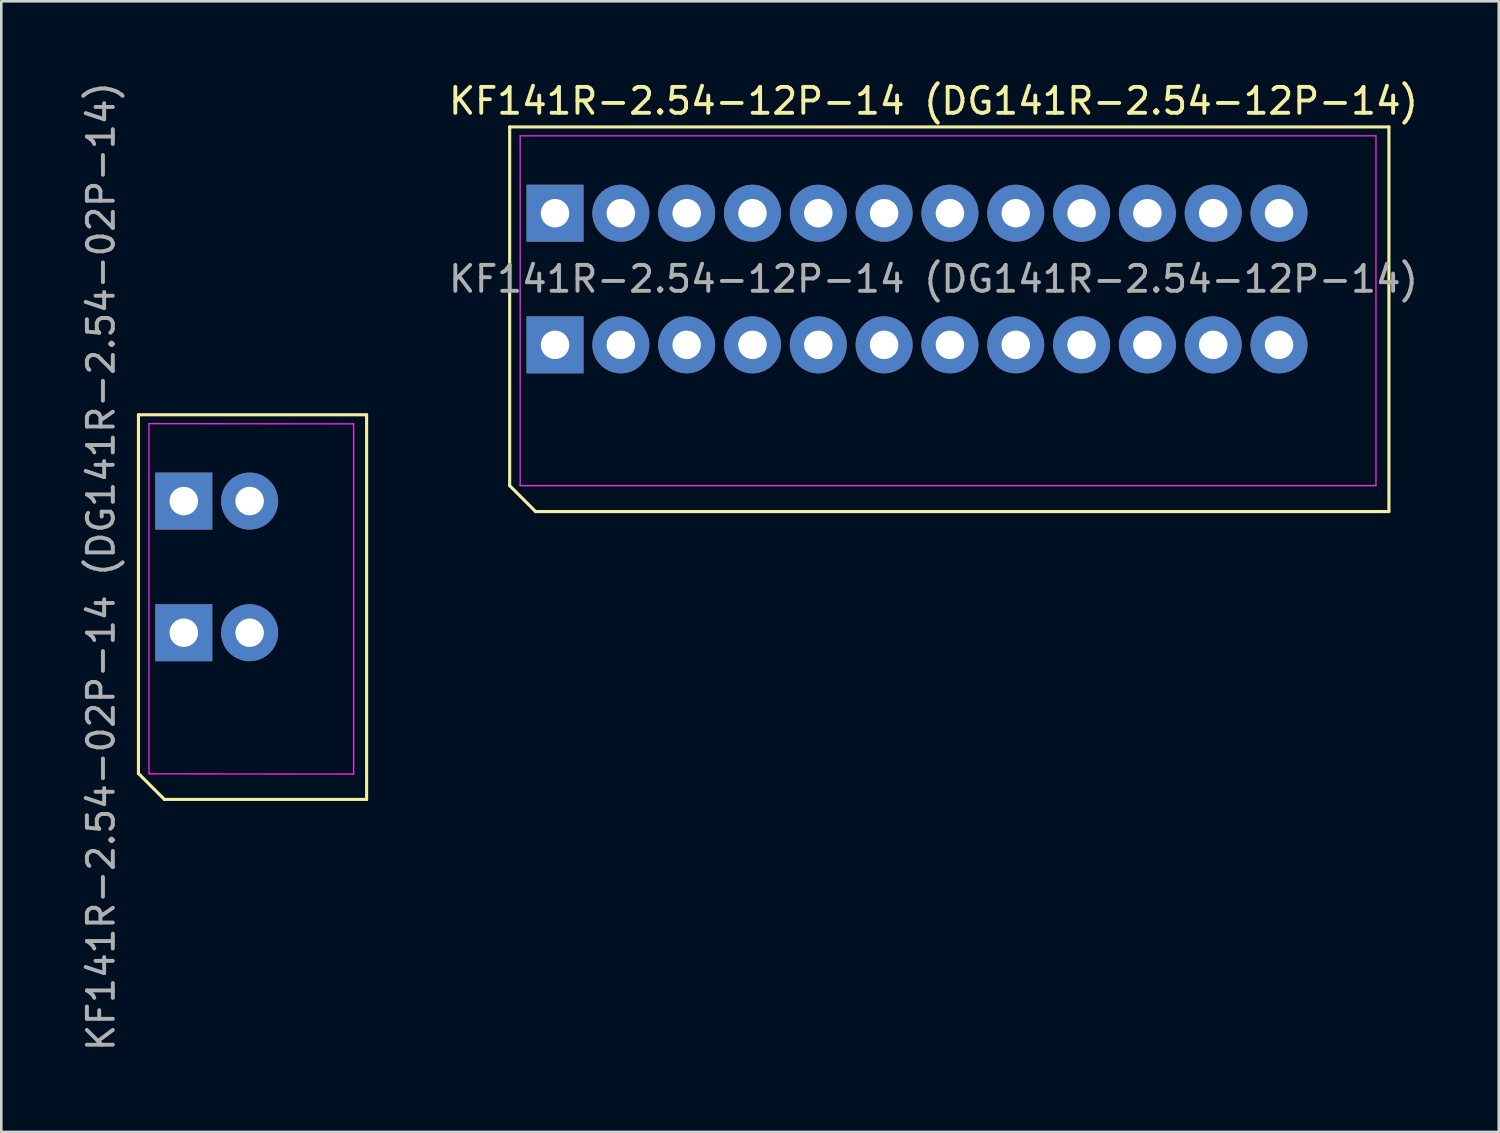
<source format=kicad_pcb>
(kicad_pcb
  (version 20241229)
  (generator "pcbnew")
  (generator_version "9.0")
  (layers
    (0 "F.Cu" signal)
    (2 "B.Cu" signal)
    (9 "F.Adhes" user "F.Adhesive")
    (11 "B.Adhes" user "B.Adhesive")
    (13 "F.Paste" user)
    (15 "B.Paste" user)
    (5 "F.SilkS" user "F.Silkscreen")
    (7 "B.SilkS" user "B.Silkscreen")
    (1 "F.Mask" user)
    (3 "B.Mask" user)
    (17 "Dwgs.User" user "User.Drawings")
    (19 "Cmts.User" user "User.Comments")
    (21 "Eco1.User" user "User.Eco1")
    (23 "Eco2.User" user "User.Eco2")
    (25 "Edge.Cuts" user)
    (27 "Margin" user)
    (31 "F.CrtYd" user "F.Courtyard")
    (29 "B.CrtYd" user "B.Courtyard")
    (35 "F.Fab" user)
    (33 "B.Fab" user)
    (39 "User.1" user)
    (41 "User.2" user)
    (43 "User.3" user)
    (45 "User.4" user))
  (footprint "KF141R-2.54-12P-14 (DG141R-2.54-12P-14)"
    (layer "F.Cu")
    (at 17.05 7.692)
    (property "Reference" "KF141R-2.54-12P-14 (DG141R-2.54-12P-14)" (at 15.924 -6.844 0) (layer "F.SilkS") (effects (font (size 1 1) (thickness 0.15))))
    (attr through_hole)
    (fp_line (start -0.431 -5.844) (end 33.5 -5.844) (stroke (width 0.12) (type default)) (layer "F.SilkS"))
    (fp_line (start -0.431 8) (end -0.431 -5.844) (stroke (width 0.12) (type default)) (layer "F.SilkS"))
    (fp_line (start 0.569 9) (end -0.431 8) (stroke (width 0.12) (type default)) (layer "F.SilkS"))
    (fp_line (start 33.5 -5.844) (end 33.5 9) (stroke (width 0.12) (type default)) (layer "F.SilkS"))
    (fp_line (start 33.5 9) (end 0.569 9) (stroke (width 0.12) (type default)) (layer "F.SilkS"))
    (fp_line (start -0.026 -5.5) (end 33 -5.5) (stroke (width 0.05) (type default)) (layer "F.CrtYd"))
    (fp_line (start -0.026 8) (end -0.026 -5.5) (stroke (width 0.05) (type default)) (layer "F.CrtYd"))
    (fp_line (start 33 -5.5) (end 33 8) (stroke (width 0.05) (type default)) (layer "F.CrtYd"))
    (fp_line (start 33 8) (end -0.026 8) (stroke (width 0.05) (type default)) (layer "F.CrtYd"))
    (fp_text user "${REFERENCE}" (at 15.924 0.026 0) (layer "F.Fab") (effects (font (size 1 1) (thickness 0.15))))
    (pad "1" thru_hole rect (at 1.319 -2.514) (size 2.2 2.2) (drill 1.1) (layers "*.Cu" "*.Mask"))
    (pad "1" thru_hole rect (at 1.319 2.566) (size 2.2 2.2) (drill 1.1) (layers "*.Cu" "*.Mask"))
    (pad "2" thru_hole circle (at 3.859 -2.514) (size 2.2 2.2) (drill 1.1) (layers "*.Cu" "*.Mask"))
    (pad "2" thru_hole circle (at 3.859 2.566) (size 2.2 2.2) (drill 1.1) (layers "*.Cu" "*.Mask"))
    (pad "3" thru_hole circle (at 6.399 -2.514) (size 2.2 2.2) (drill 1.1) (layers "*.Cu" "*.Mask"))
    (pad "3" thru_hole circle (at 6.399 2.566) (size 2.2 2.2) (drill 1.1) (layers "*.Cu" "*.Mask"))
    (pad "4" thru_hole circle (at 8.939 -2.514) (size 2.2 2.2) (drill 1.1) (layers "*.Cu" "*.Mask"))
    (pad "4" thru_hole circle (at 8.939 2.566) (size 2.2 2.2) (drill 1.1) (layers "*.Cu" "*.Mask"))
    (pad "5" thru_hole circle (at 11.479 -2.514) (size 2.2 2.2) (drill 1.1) (layers "*.Cu" "*.Mask"))
    (pad "5" thru_hole circle (at 11.479 2.566) (size 2.2 2.2) (drill 1.1) (layers "*.Cu" "*.Mask"))
    (pad "6" thru_hole circle (at 14.019 -2.514) (size 2.2 2.2) (drill 1.1) (layers "*.Cu" "*.Mask"))
    (pad "6" thru_hole circle (at 14.019 2.566) (size 2.2 2.2) (drill 1.1) (layers "*.Cu" "*.Mask"))
    (pad "7" thru_hole circle (at 16.559 -2.514) (size 2.2 2.2) (drill 1.1) (layers "*.Cu" "*.Mask"))
    (pad "7" thru_hole circle (at 16.559 2.566) (size 2.2 2.2) (drill 1.1) (layers "*.Cu" "*.Mask"))
    (pad "8" thru_hole circle (at 19.099 -2.514) (size 2.2 2.2) (drill 1.1) (layers "*.Cu" "*.Mask"))
    (pad "8" thru_hole circle (at 19.099 2.566) (size 2.2 2.2) (drill 1.1) (layers "*.Cu" "*.Mask"))
    (pad "9" thru_hole circle (at 21.639 -2.514) (size 2.2 2.2) (drill 1.1) (layers "*.Cu" "*.Mask"))
    (pad "9" thru_hole circle (at 21.639 2.566) (size 2.2 2.2) (drill 1.1) (layers "*.Cu" "*.Mask"))
    (pad "10" thru_hole circle (at 24.179 -2.514) (size 2.2 2.2) (drill 1.1) (layers "*.Cu" "*.Mask"))
    (pad "10" thru_hole circle (at 24.179 2.566) (size 2.2 2.2) (drill 1.1) (layers "*.Cu" "*.Mask"))
    (pad "11" thru_hole circle (at 26.719 -2.514) (size 2.2 2.2) (drill 1.1) (layers "*.Cu" "*.Mask"))
    (pad "11" thru_hole circle (at 26.719 2.566) (size 2.2 2.2) (drill 1.1) (layers "*.Cu" "*.Mask"))
    (pad "12" thru_hole circle (at 29.259 -2.514) (size 2.2 2.2) (drill 1.1) (layers "*.Cu" "*.Mask"))
    (pad "12" thru_hole circle (at 29.259 2.566) (size 2.2 2.2) (drill 1.1) (layers "*.Cu" "*.Mask")))
  (footprint "KF141R-2.54-02P-14 (DG141R-2.54-02P-14)"
    (layer "F.Cu")
    (at 2.848 18.815)
    (property "Reference" "KF141R-2.54-02P-14 (DG141R-2.54-02P-14)" (at -2 0 90) (unlocked yes) (layer "F.SilkS") (effects (font (size 1 1) (thickness 0.1))))
    (attr through_hole)
    (fp_line (start -0.555 -5.858) (end 8.25 -5.858) (stroke (width 0.12) (type default)) (layer "F.SilkS"))
    (fp_line (start -0.555 7.985) (end -0.555 -5.858) (stroke (width 0.12) (type default)) (layer "F.SilkS"))
    (fp_line (start 0.445 8.985) (end -0.555 7.985) (stroke (width 0.12) (type default)) (layer "F.SilkS"))
    (fp_line (start 8.25 -5.858) (end 8.25 8.985) (stroke (width 0.12) (type default)) (layer "F.SilkS"))
    (fp_line (start 8.25 8.985) (end 0.445 8.985) (stroke (width 0.12) (type default)) (layer "F.SilkS"))
    (fp_line (start -0.15 -5.515) (end 7.75 -5.507) (stroke (width 0.05) (type default)) (layer "F.CrtYd"))
    (fp_line (start -0.15 7.985) (end -0.15 -5.515) (stroke (width 0.05) (type default)) (layer "F.CrtYd"))
    (fp_line (start 7.75 -5.507) (end 7.75 8.007) (stroke (width 0.05) (type default)) (layer "F.CrtYd"))
    (fp_line (start 7.75 8.007) (end -0.15 8) (stroke (width 0.05) (type default)) (layer "F.CrtYd"))
    (fp_text user "${REFERENCE}" (at -2 0 90) (unlocked yes) (layer "F.Fab") (effects (font (size 1 1) (thickness 0.15))))
    (pad "1" thru_hole rect (at 1.195 -2.528) (size 2.2 2.2) (drill 1.1) (layers "*.Cu" "*.Mask"))
    (pad "1" thru_hole rect (at 1.195 2.552) (size 2.2 2.2) (drill 1.1) (layers "*.Cu" "*.Mask"))
    (pad "2" thru_hole circle (at 3.735 -2.528) (size 2.2 2.2) (drill 1.1) (layers "*.Cu" "*.Mask"))
    (pad "2" thru_hole circle (at 3.735 2.552) (size 2.2 2.2) (drill 1.1) (layers "*.Cu" "*.Mask")))
  (gr_rect
    (start -3 -3)
    (end 54.789 40.631)
    (stroke (width 0.1) (type default))
    (fill no)
    (layer "Edge.Cuts")))
</source>
